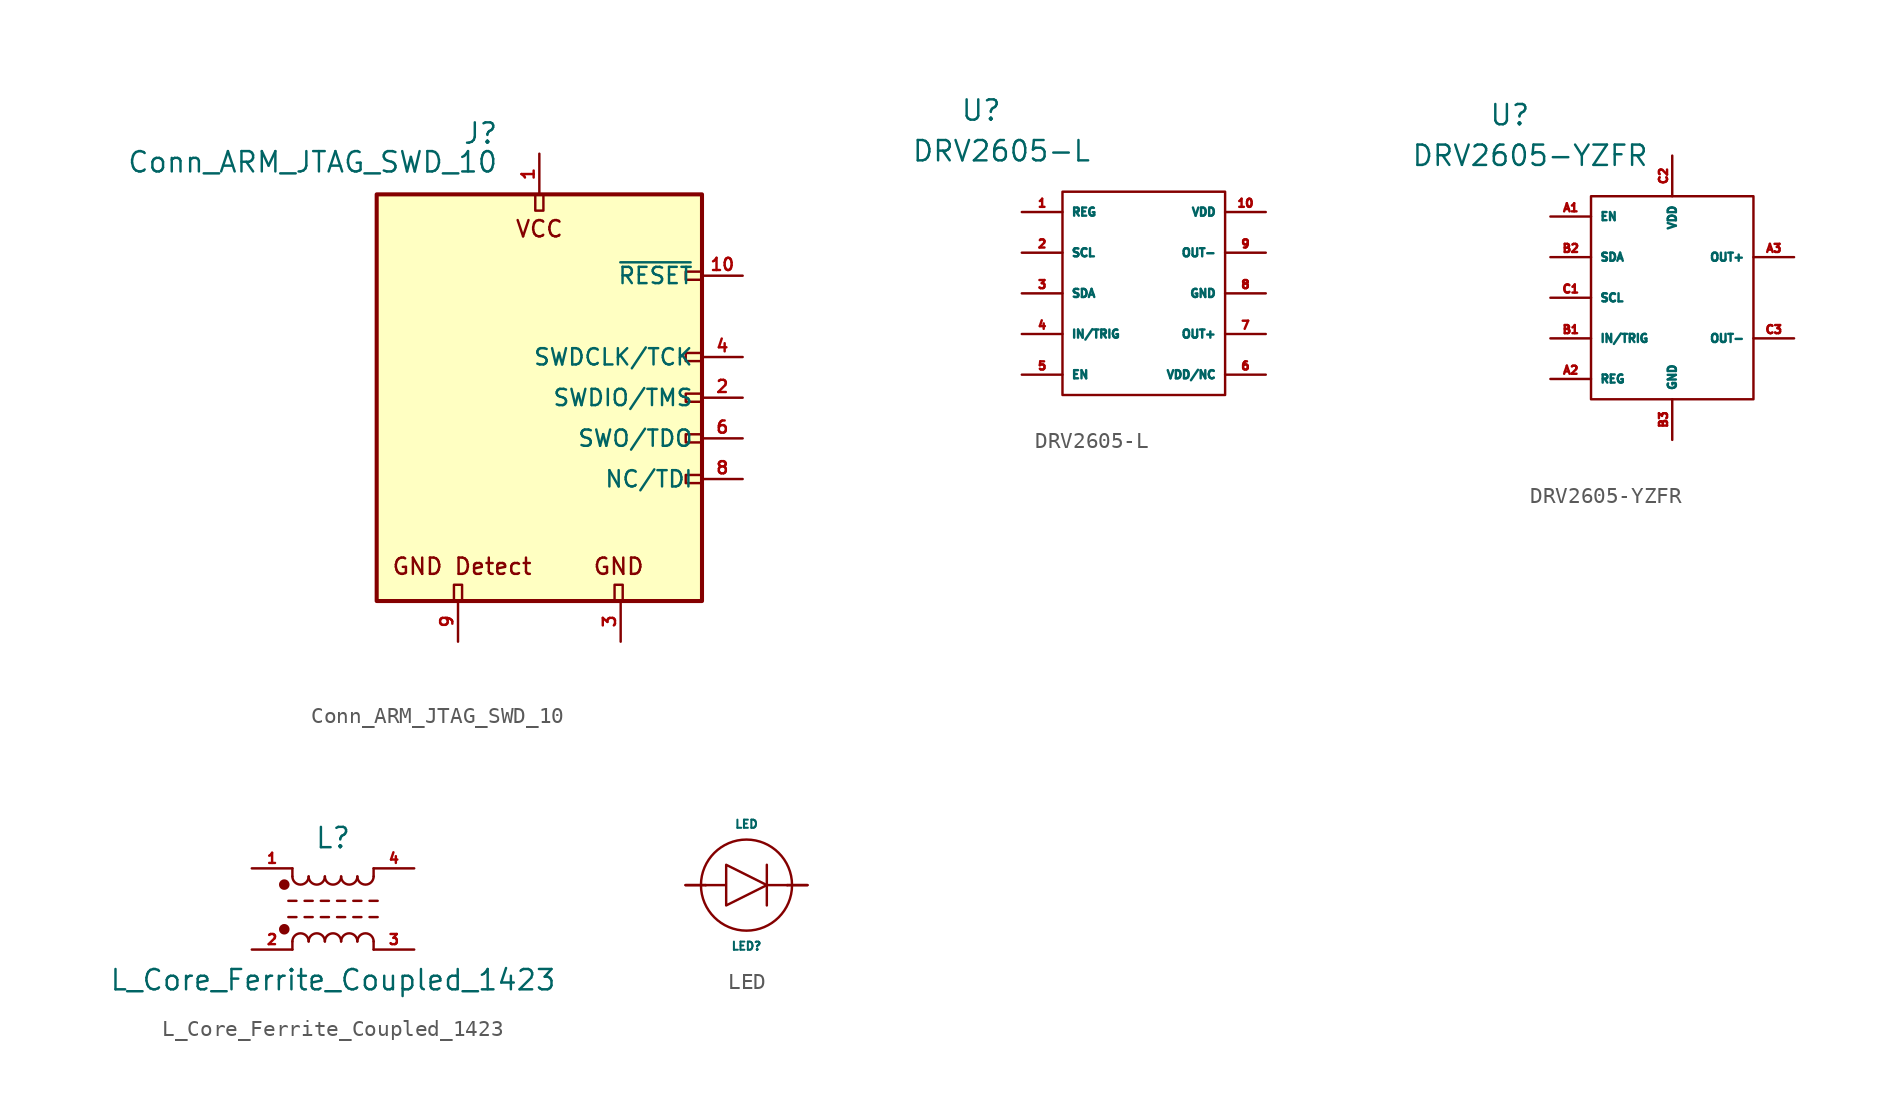
<source format=kicad_sym>
(kicad_symbol_lib
  (version 20200126)
  (host kicad_symbol_editor "(5.99.0-2039-g05a89863c)")
  (symbol "acheronSymbols:Conn_ARM_JTAG_SWD_10"
    (property "Reference" "J"
      (at -2.54 16.51 0)
      (effects (font (size 1.27 1.27)) (justify right)))
    (property "Value" "Conn_ARM_JTAG_SWD_10"
      (at -2.54 13.97 0)
      (effects (font (size 1.27 1.27)) (justify right bottom)))
    (symbol "Conn_ARM_JTAG_SWD_10_0_0"
      (text "VCC" (at 0 10.541 0) (effects (font (size 1.016 1.016)))))
    (symbol "Conn_ARM_JTAG_SWD_10_1_1"
      (text "GND" (at 4.953 -10.541 0) (effects (font (size 1.016 1.016))))
      (text "GND Detect" (at -4.826 -10.541 0) (effects (font (size 1.016 1.016))))
      (rectangle (start 9.144 -5.334) (end 10.16 -4.826) (stroke (width 0)) (fill (type none)))
      (pin power_in line (at 0 15.24 270) (length 2.54) (name "VCC" (effects (font (size 0 0)))) (number "1" (effects (font (size 0.762 0.762)))))
      (pin open_collector line (at 12.7 7.62 180) (length 2.54) (name "~RESET~" (effects (font (size 1.016 1.016)))) (number "10" (effects (font (size 0.762 0.762)))))
      (pin bidirectional line (at 12.7 0 180) (length 2.54) (name "SWDIO/TMS" (effects (font (size 1.016 1.016)))) (number "2" (effects (font (size 0.762 0.762)))))
      (pin power_in line (at 5.08 -15.24 90) (length 2.54) (name "GND" (effects (font (size 0 0)))) (number "3" (effects (font (size 0.762 0.762)))))
      (pin output line (at 12.7 2.54 180) (length 2.54) (name "SWDCLK/TCK" (effects (font (size 1.016 1.016)))) (number "4" (effects (font (size 0.762 0.762)))))
      (pin passive line (at 5.08 -15.24 90) (length 2.54) hide (name "GND" (effects (font (size 1.27 1.27)))) (number "5" (effects (font (size 1.27 1.27)))))
      (pin input line (at 12.7 -2.54 180) (length 2.54) (name "SWO/TDO" (effects (font (size 1.016 1.016)))) (number "6" (effects (font (size 0.762 0.762)))))
      (pin unconnected line (at -10.16 0 0) (length 2.54) hide (name "KEY" (effects (font (size 1.27 1.27)))) (number "7" (effects (font (size 1.27 1.27)))))
      (pin output line (at 12.7 -5.08 180) (length 2.54) (name "NC/TDI" (effects (font (size 1.016 1.016)))) (number "8" (effects (font (size 0.762 0.762)))))
      (pin passive line (at -5.08 -15.24 90) (length 2.54) (name "GNDDetect" (effects (font (size 0 0)))) (number "9" (effects (font (size 0.762 0.762))))))
    (symbol "Conn_ARM_JTAG_SWD_10_0_1"
      (rectangle (start -10.16 12.7) (end 10.16 -12.7) (stroke (width 0.254)) (fill (type background)))
      (rectangle (start -5.334 -12.7) (end -4.826 -11.684) (stroke (width 0)) (fill (type none)))
      (rectangle (start -0.254 12.7) (end 0.254 11.684) (stroke (width 0)) (fill (type none)))
      (rectangle (start 4.699 -12.7) (end 5.207 -11.684) (stroke (width 0)) (fill (type none)))
      (rectangle (start 9.144 2.286) (end 10.16 2.794) (stroke (width 0)) (fill (type none)))
      (rectangle (start 10.16 -2.794) (end 9.144 -2.286) (stroke (width 0)) (fill (type none)))
      (rectangle (start 10.16 -0.254) (end 9.144 0.254) (stroke (width 0)) (fill (type none)))
      (rectangle (start 10.16 7.874) (end 9.144 7.366) (stroke (width 0)) (fill (type none)))))
  (symbol "acheronSymbols:DRV2605-L"
    (property "Reference" "U"
      (at -10.16 11.43 0)
      (effects (font (size 1.27 1.27))))
    (property "Value" "DRV2605-L"
      (at -8.89 8.89 0)
      (effects (font (size 1.27 1.27))))
    (symbol "DRV2605-L_0_1"
      (rectangle (start -5.08 6.35) (end 5.08 -6.35) (stroke (width 0)) (fill (type none))))
    (symbol "DRV2605-L_1_1"
      (pin output line (at -7.62 5.08 0) (length 2.54) (name "REG" (effects (font (size 0.508 0.508)))) (number "1" (effects (font (size 0.508 0.508)))))
      (pin power_in line (at 7.62 5.08 180) (length 2.54) (name "VDD" (effects (font (size 0.508 0.508)))) (number "10" (effects (font (size 0.508 0.508)))))
      (pin bidirectional line (at -7.62 2.54 0) (length 2.54) (name "SCL" (effects (font (size 0.508 0.508)))) (number "2" (effects (font (size 0.508 0.508)))))
      (pin bidirectional line (at -7.62 0 0) (length 2.54) (name "SDA" (effects (font (size 0.508 0.508)))) (number "3" (effects (font (size 0.508 0.508)))))
      (pin input line (at -7.62 -2.54 0) (length 2.54) (name "IN/TRIG" (effects (font (size 0.508 0.508)))) (number "4" (effects (font (size 0.508 0.508)))))
      (pin input line (at -7.62 -5.08 0) (length 2.54) (name "EN" (effects (font (size 0.508 0.508)))) (number "5" (effects (font (size 0.508 0.508)))))
      (pin power_in line (at 7.62 -5.08 180) (length 2.54) (name "VDD/NC" (effects (font (size 0.508 0.508)))) (number "6" (effects (font (size 0.508 0.508)))))
      (pin power_out line (at 7.62 -2.54 180) (length 2.54) (name "OUT+" (effects (font (size 0.508 0.508)))) (number "7" (effects (font (size 0.508 0.508)))))
      (pin passive line (at 7.62 0 180) (length 2.54) (name "GND" (effects (font (size 0.508 0.508)))) (number "8" (effects (font (size 0.508 0.508)))))
      (pin passive line (at 7.62 2.54 180) (length 2.54) (name "OUT-" (effects (font (size 0.508 0.508)))) (number "9" (effects (font (size 0.508 0.508)))))))
  (symbol "acheronSymbols:DRV2605-YZFR"
    (property "Reference" "U"
      (at -10.16 11.43 0)
      (effects (font (size 1.27 1.27))))
    (property "Value" "DRV2605-YZFR"
      (at -8.89 8.89 0)
      (effects (font (size 1.27 1.27))))
    (symbol "DRV2605-YZFR_0_1"
      (rectangle (start -5.08 6.35) (end 5.08 -6.35) (stroke (width 0)) (fill (type none))))
    (symbol "DRV2605-YZFR_1_1"
      (pin input line (at -7.62 5.08 0) (length 2.54) (name "EN" (effects (font (size 0.508 0.508)))) (number "A1" (effects (font (size 0.508 0.508)))))
      (pin power_out line (at -7.62 -5.08 0) (length 2.54) (name "REG" (effects (font (size 0.508 0.508)))) (number "A2" (effects (font (size 0.508 0.508)))))
      (pin power_out line (at 7.62 2.54 180) (length 2.54) (name "OUT+" (effects (font (size 0.508 0.508)))) (number "A3" (effects (font (size 0.508 0.508)))))
      (pin input line (at -7.62 -2.54 0) (length 2.54) (name "IN/TRIG" (effects (font (size 0.508 0.508)))) (number "B1" (effects (font (size 0.508 0.508)))))
      (pin bidirectional line (at -7.62 2.54 0) (length 2.54) (name "SDA" (effects (font (size 0.508 0.508)))) (number "B2" (effects (font (size 0.508 0.508)))))
      (pin passive line (at 0 -8.89 90) (length 2.54) (name "GND" (effects (font (size 0.508 0.508)))) (number "B3" (effects (font (size 0.508 0.508)))))
      (pin bidirectional line (at -7.62 0 0) (length 2.54) (name "SCL" (effects (font (size 0.508 0.508)))) (number "C1" (effects (font (size 0.508 0.508)))))
      (pin passive line (at 0 8.89 270) (length 2.54) (name "VDD" (effects (font (size 0.508 0.508)))) (number "C2" (effects (font (size 0.508 0.508)))))
      (pin passive line (at 7.62 -2.54 180) (length 2.54) (name "OUT-" (effects (font (size 0.508 0.508)))) (number "C3" (effects (font (size 0.508 0.508)))))))
  (symbol "acheronSymbols:L_Core_Ferrite_Coupled_1423"
    (pin_names
      (offset 0.254) hide)
    (property "Reference" "L"
      (at 0 4.445 0)
      (effects (font (size 1.27 1.27))))
    (property "Value" "L_Core_Ferrite_Coupled_1423"
      (at 0 -4.445 0)
      (effects (font (size 1.27 1.27))))
    (symbol "L_Core_Ferrite_Coupled_1423_0_1"
      (arc (start -1.524 -2.032) (end -2.54 -2.032) (radius (at -2.032 -2.032) (length 0.508) (angles 0.1 179.9)) (stroke (width 0)) (fill (type none)))
      (arc (start -2.54 2.032) (end -1.524 2.032) (radius (at -2.032 2.032) (length 0.508) (angles -179.9 -0.1)) (stroke (width 0)) (fill (type none)))
      (arc (start -0.508 -2.032) (end -1.524 -2.032) (radius (at -1.016 -2.032) (length 0.508) (angles 0.1 179.9)) (stroke (width 0)) (fill (type none)))
      (arc (start -1.524 2.032) (end -0.508 2.032) (radius (at -1.016 2.032) (length 0.508) (angles -179.9 -0.1)) (stroke (width 0)) (fill (type none)))
      (arc (start 0.508 -2.032) (end -0.508 -2.032) (radius (at 0 -2.032) (length 0.508) (angles 0.1 179.9)) (stroke (width 0)) (fill (type none)))
      (arc (start -0.508 2.032) (end 0.508 2.032) (radius (at 0 2.032) (length 0.508) (angles -179.9 -0.1)) (stroke (width 0)) (fill (type none)))
      (arc (start 1.524 -2.032) (end 0.508 -2.032) (radius (at 1.016 -2.032) (length 0.508) (angles 0.1 179.9)) (stroke (width 0)) (fill (type none)))
      (arc (start 0.508 2.032) (end 1.524 2.032) (radius (at 1.016 2.032) (length 0.508) (angles -179.9 -0.1)) (stroke (width 0)) (fill (type none)))
      (arc (start 2.54 -2.032) (end 1.524 -2.032) (radius (at 2.032 -2.032) (length 0.508) (angles 0.1 179.9)) (stroke (width 0)) (fill (type none)))
      (arc (start 1.524 2.032) (end 2.54 2.032) (radius (at 2.032 2.032) (length 0.508) (angles -179.9 -0.1)) (stroke (width 0)) (fill (type none)))
      (circle (center -3.048 -1.27) (radius 0.254) (stroke (width 0)) (fill (type outline)))
      (circle (center -3.048 1.524) (radius 0.254) (stroke (width 0)) (fill (type outline)))
      (polyline (pts (xy -2.794 -0.508) (xy -2.286 -0.508)) (stroke (width 0)) (fill (type none)))
      (polyline (pts (xy -2.794 0.508) (xy -2.286 0.508)) (stroke (width 0)) (fill (type none)))
      (polyline (pts (xy -2.54 -2.032) (xy -2.54 -2.54)) (stroke (width 0)) (fill (type none)))
      (polyline (pts (xy -2.54 2.032) (xy -2.54 2.54)) (stroke (width 0)) (fill (type none)))
      (polyline (pts (xy -1.778 -0.508) (xy -1.27 -0.508)) (stroke (width 0)) (fill (type none)))
      (polyline (pts (xy -1.778 0.508) (xy -1.27 0.508)) (stroke (width 0)) (fill (type none)))
      (polyline (pts (xy -0.762 -0.508) (xy -0.254 -0.508)) (stroke (width 0)) (fill (type none)))
      (polyline (pts (xy -0.762 0.508) (xy -0.254 0.508)) (stroke (width 0)) (fill (type none)))
      (polyline (pts (xy 0.254 -0.508) (xy 0.762 -0.508)) (stroke (width 0)) (fill (type none)))
      (polyline (pts (xy 0.254 0.508) (xy 0.762 0.508)) (stroke (width 0)) (fill (type none)))
      (polyline (pts (xy 1.27 -0.508) (xy 1.778 -0.508)) (stroke (width 0)) (fill (type none)))
      (polyline (pts (xy 1.27 0.508) (xy 1.778 0.508)) (stroke (width 0)) (fill (type none)))
      (polyline (pts (xy 2.286 -0.508) (xy 2.794 -0.508)) (stroke (width 0)) (fill (type none)))
      (polyline (pts (xy 2.286 0.508) (xy 2.794 0.508)) (stroke (width 0)) (fill (type none)))
      (polyline (pts (xy 2.54 -2.032) (xy 2.54 -2.54)) (stroke (width 0)) (fill (type none)))
      (polyline (pts (xy 2.54 2.54) (xy 2.54 2.032)) (stroke (width 0)) (fill (type none))))
    (symbol "L_Core_Ferrite_Coupled_1423_1_1"
      (pin passive line (at -5.08 2.54 0) (length 2.54) (name "1" (effects (font (size 0.635 0.635)))) (number "1" (effects (font (size 0.635 0.635)))))
      (pin passive line (at -5.08 -2.54 0) (length 2.54) (name "2" (effects (font (size 0.635 0.635)))) (number "2" (effects (font (size 0.635 0.635)))))
      (pin passive line (at 5.08 -2.54 180) (length 2.54) (name "3" (effects (font (size 0.635 0.635)))) (number "3" (effects (font (size 0.635 0.635)))))
      (pin passive line (at 5.08 2.54 180) (length 2.54) (name "4" (effects (font (size 0.635 0.635)))) (number "4" (effects (font (size 0.635 0.635)))))))
  (symbol "acheronSymbols:LED"
    (property "Reference" "LED"
      (at 0 -3.81 0)
      (effects (font (size 0.508 0.508))))
    (property "Value" "LED"
      (at 0 3.81 0)
      (effects (font (size 0.508 0.508))))
    (symbol "LED_0_1"
      (circle (center 0 0) (radius 2.845) (stroke (width 0)) (fill (type none)))
      (polyline (pts (xy -2.54 0) (xy -3.81 0)) (stroke (width 0)) (fill (type none)))
      (polyline (pts (xy 1.27 0) (xy 2.54 0)) (stroke (width 0)) (fill (type none)))
      (polyline (pts (xy 1.27 1.27) (xy 1.27 -1.27)) (stroke (width 0)) (fill (type none)))
      (polyline (pts (xy 2.54 0) (xy 3.81 0)) (stroke (width 0)) (fill (type none)))
      (polyline (pts (xy -2.54 0) (xy -1.27 0) (xy -1.27 1.27) (xy -1.27 -1.27) (xy 1.27 0) (xy -1.27 1.27) (xy -1.27 0)) (stroke (width 0)) (fill (type none))))
    (symbol "LED_1_1"
      (pin input line (at -3.81 0 0) (length 1.27) (name "A" (effects (font (size 0 0)))) (number "A" (effects (font (size 0 0)))))
      (pin output line (at 3.81 0 180) (length 1.27) (name "K" (effects (font (size 0 0)))) (number "K" (effects (font (size 0 0))))))))
</source>
